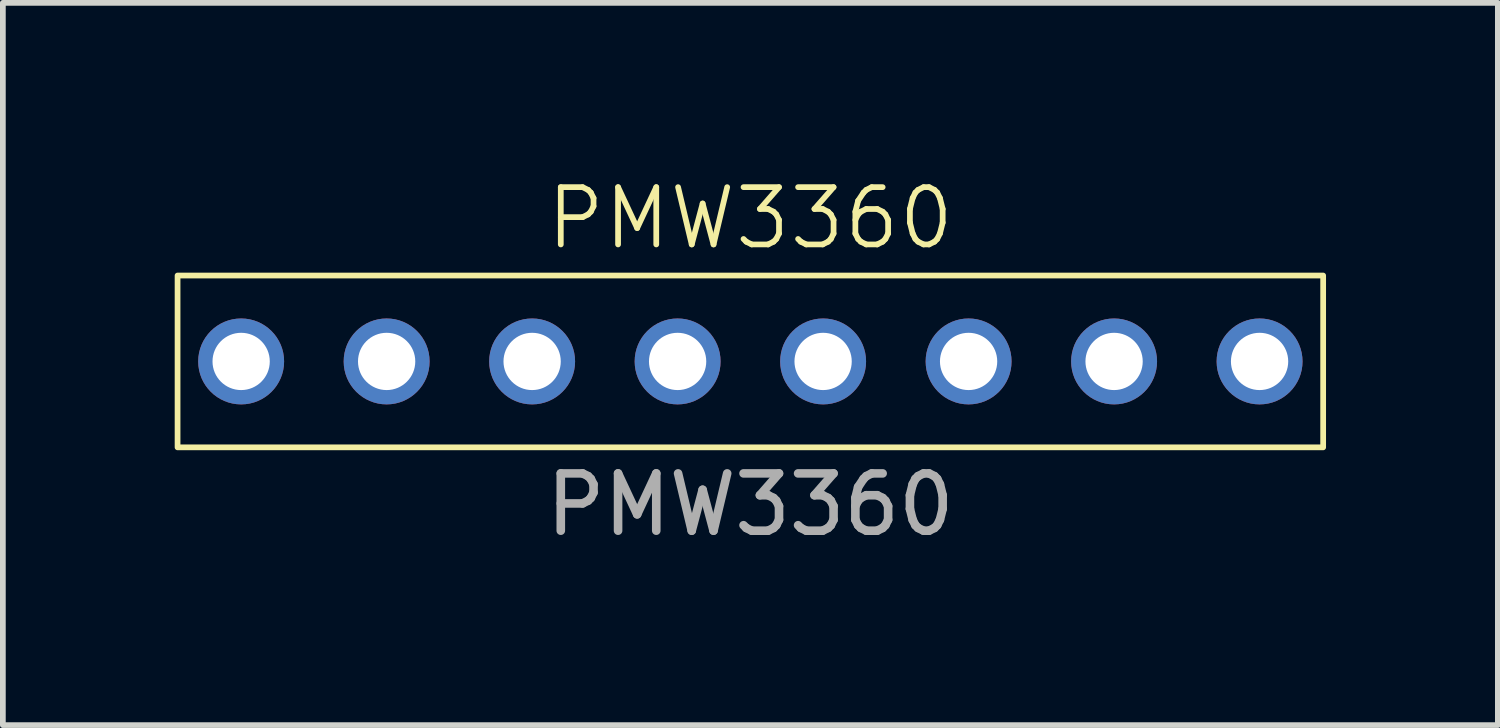
<source format=kicad_pcb>
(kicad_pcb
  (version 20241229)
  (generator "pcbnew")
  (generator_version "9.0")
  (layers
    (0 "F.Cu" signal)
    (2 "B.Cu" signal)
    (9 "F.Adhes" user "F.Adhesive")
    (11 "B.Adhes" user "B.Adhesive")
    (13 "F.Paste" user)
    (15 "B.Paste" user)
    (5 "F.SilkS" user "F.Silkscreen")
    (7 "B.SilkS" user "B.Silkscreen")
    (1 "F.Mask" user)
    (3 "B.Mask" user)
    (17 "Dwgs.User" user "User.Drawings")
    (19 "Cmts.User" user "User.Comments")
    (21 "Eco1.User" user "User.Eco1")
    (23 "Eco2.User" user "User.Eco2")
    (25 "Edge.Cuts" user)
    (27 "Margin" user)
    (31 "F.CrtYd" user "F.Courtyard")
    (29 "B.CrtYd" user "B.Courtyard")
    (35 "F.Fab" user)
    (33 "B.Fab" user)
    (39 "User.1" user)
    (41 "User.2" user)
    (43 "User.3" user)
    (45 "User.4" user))
  (footprint "PMW3360"
    (layer "F.Cu")
    (at 10.05 3.26)
    (property "Reference" "PMW3360" (at 0 -2.5 0) (unlocked yes) (layer "F.SilkS") (effects (font (size 1 1) (thickness 0.1))))
    (attr through_hole)
    (fp_rect (start -10 -1.5) (end 10 1.5) (stroke (width 0.1) (type default)) (fill no) (layer "F.SilkS"))
    (fp_text user "${REFERENCE}" (at 0 2.5 0) (unlocked yes) (layer "F.Fab") (effects (font (size 1 1) (thickness 0.15))))
    (pad "1" thru_hole circle (at -8.89 0) (size 1.5 1.5) (drill 1) (layers "*.Cu" "*.Mask"))
    (pad "2" thru_hole circle (at -6.35 0) (size 1.5 1.5) (drill 1) (layers "*.Cu" "*.Mask"))
    (pad "3" thru_hole circle (at -3.81 0) (size 1.5 1.5) (drill 1) (layers "*.Cu" "*.Mask"))
    (pad "4" thru_hole circle (at -1.27 0) (size 1.5 1.5) (drill 1) (layers "*.Cu" "*.Mask"))
    (pad "5" thru_hole circle (at 1.27 0) (size 1.5 1.5) (drill 1) (layers "*.Cu" "*.Mask"))
    (pad "6" thru_hole circle (at 3.81 0) (size 1.5 1.5) (drill 1) (layers "*.Cu" "*.Mask"))
    (pad "7" thru_hole circle (at 6.35 0) (size 1.5 1.5) (drill 1) (layers "*.Cu" "*.Mask"))
    (pad "8" thru_hole circle (at 8.89 0) (size 1.5 1.5) (drill 1) (layers "*.Cu" "*.Mask")))
  (gr_rect
    (start -3 -3)
    (end 23.1 9.609)
    (stroke (width 0.1) (type default))
    (fill no)
    (layer "Edge.Cuts")))
</source>
